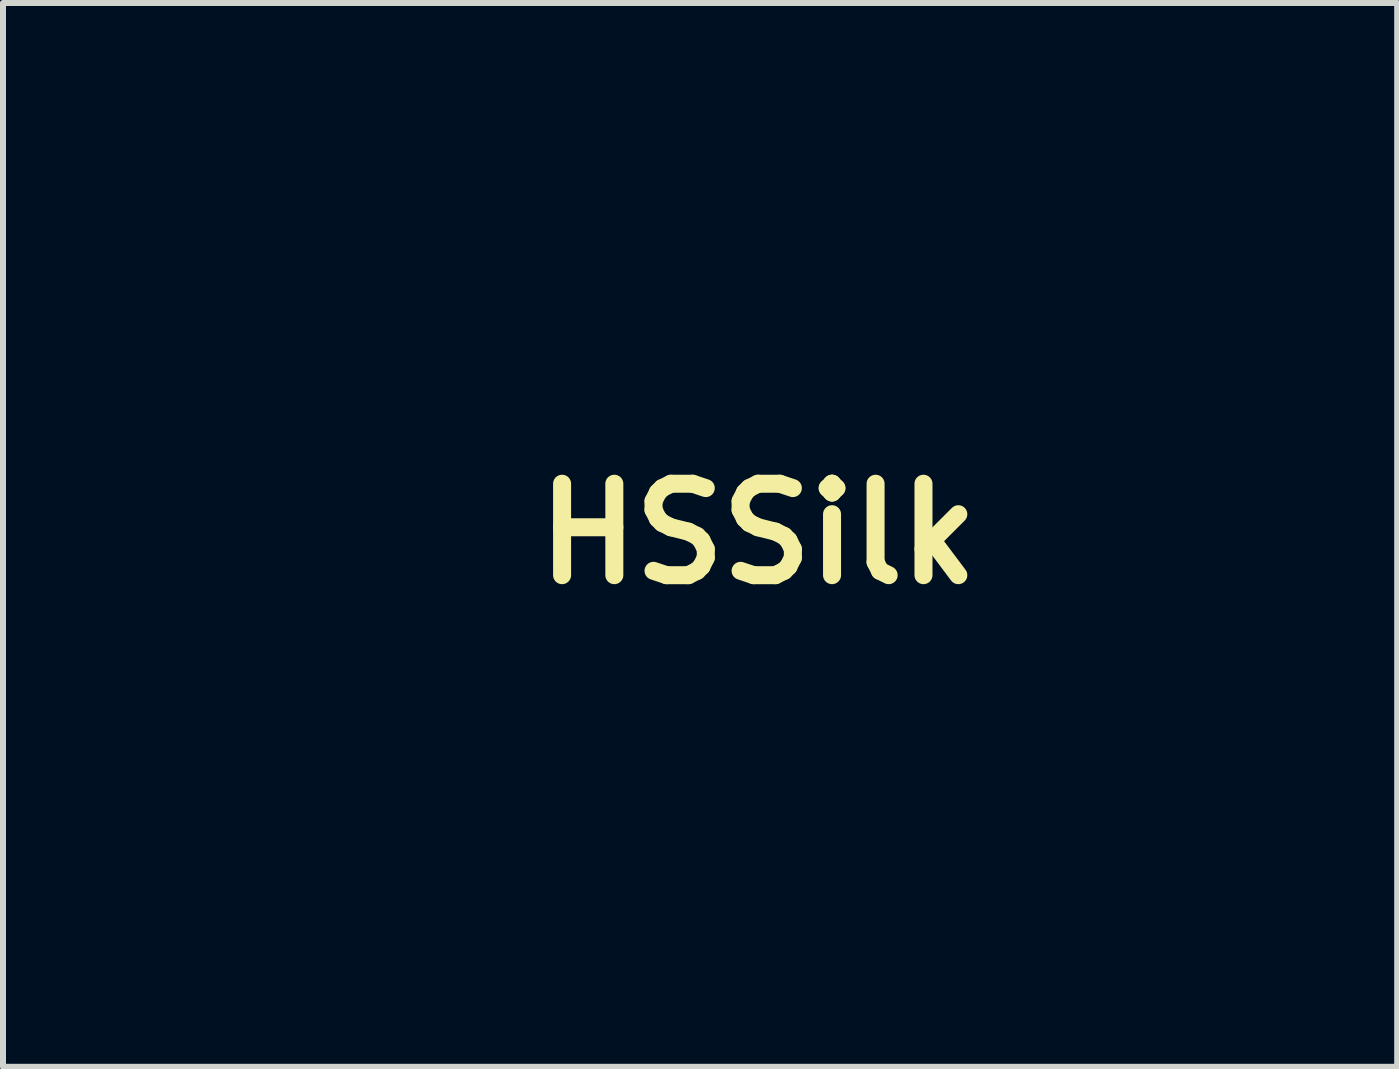
<source format=kicad_pcb>
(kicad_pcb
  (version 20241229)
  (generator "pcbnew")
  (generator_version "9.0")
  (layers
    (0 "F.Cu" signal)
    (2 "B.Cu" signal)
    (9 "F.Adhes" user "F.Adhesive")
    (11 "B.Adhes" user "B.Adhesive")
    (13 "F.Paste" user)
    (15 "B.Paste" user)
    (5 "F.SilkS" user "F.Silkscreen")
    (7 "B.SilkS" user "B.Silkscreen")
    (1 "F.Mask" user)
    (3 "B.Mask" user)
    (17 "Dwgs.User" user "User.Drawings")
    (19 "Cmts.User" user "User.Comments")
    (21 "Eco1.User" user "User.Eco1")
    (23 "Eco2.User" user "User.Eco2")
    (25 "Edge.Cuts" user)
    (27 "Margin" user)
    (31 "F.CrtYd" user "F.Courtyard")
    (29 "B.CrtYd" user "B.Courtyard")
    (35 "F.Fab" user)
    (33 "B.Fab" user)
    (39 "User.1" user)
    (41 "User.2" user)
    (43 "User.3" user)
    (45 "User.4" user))
  (footprint "HSSilk"
    (layer "F.Cu")
    (at 9.584 5.847)
    (property "Reference" "HSSilk" (at 0 0 0) (layer "F.SilkS") (effects (font (size 1.524 1.524) (thickness 0.3))))
    (attr through_hole)
    (fp_poly (pts (xy -9.289 -4.3) (xy -9.307 -4.282) (xy -9.325 -4.3) (xy -9.307 -4.318) (xy -9.289 -4.3)) (stroke (width 0.01) (type solid)) (fill yes) (layer "F.Mask"))
    (fp_poly (pts (xy -9.108 -3.792) (xy -9.126 -3.774) (xy -9.144 -3.792) (xy -9.126 -3.81) (xy -9.108 -3.792)) (stroke (width 0.01) (type solid)) (fill yes) (layer "F.Mask"))
    (fp_poly (pts (xy -8.963 -3.61) (xy -8.981 -3.592) (xy -8.999 -3.61) (xy -8.981 -3.629) (xy -8.963 -3.61)) (stroke (width 0.01) (type solid)) (fill yes) (layer "F.Mask"))
    (fp_poly (pts (xy -8.709 -3.465) (xy -8.727 -3.447) (xy -8.745 -3.465) (xy -8.727 -3.483) (xy -8.709 -3.465)) (stroke (width 0.01) (type solid)) (fill yes) (layer "F.Mask"))
    (fp_poly (pts (xy 5.769 -0.345) (xy 5.751 -0.327) (xy 5.733 -0.345) (xy 5.751 -0.363) (xy 5.769 -0.345)) (stroke (width 0.01) (type solid)) (fill yes) (layer "F.Mask"))
    (fp_poly (pts (xy 5.878 -0.236) (xy 5.86 -0.218) (xy 5.842 -0.236) (xy 5.86 -0.254) (xy 5.878 -0.236)) (stroke (width 0.01) (type solid)) (fill yes) (layer "F.Mask"))
    (fp_poly (pts (xy 5.987 0.127) (xy 5.969 0.145) (xy 5.951 0.127) (xy 5.969 0.109) (xy 5.987 0.127)) (stroke (width 0.01) (type solid)) (fill yes) (layer "F.Mask"))
    (fp_poly (pts (xy 6.023 -0.2) (xy 6.005 -0.181) (xy 5.987 -0.2) (xy 6.005 -0.218) (xy 6.023 -0.2)) (stroke (width 0.01) (type solid)) (fill yes) (layer "F.Mask"))
    (fp_poly (pts (xy 6.132 0.163) (xy 6.114 0.181) (xy 6.096 0.163) (xy 6.114 0.145) (xy 6.132 0.163)) (stroke (width 0.01) (type solid)) (fill yes) (layer "F.Mask"))
    (fp_poly (pts (xy 6.241 -0.816) (xy 6.223 -0.798) (xy 6.205 -0.816) (xy 6.223 -0.835) (xy 6.241 -0.816)) (stroke (width 0.01) (type solid)) (fill yes) (layer "F.Mask"))
    (fp_poly (pts (xy 6.277 -0.925) (xy 6.259 -0.907) (xy 6.241 -0.925) (xy 6.259 -0.943) (xy 6.277 -0.925)) (stroke (width 0.01) (type solid)) (fill yes) (layer "F.Mask"))
    (fp_poly (pts (xy 6.314 -0.417) (xy 6.296 -0.399) (xy 6.277 -0.417) (xy 6.296 -0.435) (xy 6.314 -0.417)) (stroke (width 0.01) (type solid)) (fill yes) (layer "F.Mask"))
    (fp_poly (pts (xy 6.35 0.018) (xy 6.332 0.036) (xy 6.314 0.018) (xy 6.332 0) (xy 6.35 0.018)) (stroke (width 0.01) (type solid)) (fill yes) (layer "F.Mask"))
    (fp_poly (pts (xy 6.386 -0.236) (xy 6.368 -0.218) (xy 6.35 -0.236) (xy 6.368 -0.254) (xy 6.386 -0.236)) (stroke (width 0.01) (type solid)) (fill yes) (layer "F.Mask"))
    (fp_poly (pts (xy 6.423 -0.816) (xy 6.404 -0.798) (xy 6.386 -0.816) (xy 6.404 -0.835) (xy 6.423 -0.816)) (stroke (width 0.01) (type solid)) (fill yes) (layer "F.Mask"))
    (fp_poly (pts (xy 6.459 -0.091) (xy 6.441 -0.073) (xy 6.423 -0.091) (xy 6.441 -0.109) (xy 6.459 -0.091)) (stroke (width 0.01) (type solid)) (fill yes) (layer "F.Mask"))
    (fp_poly (pts (xy 6.495 -0.454) (xy 6.477 -0.435) (xy 6.459 -0.454) (xy 6.477 -0.472) (xy 6.495 -0.454)) (stroke (width 0.01) (type solid)) (fill yes) (layer "F.Mask"))
    (fp_poly (pts (xy 6.495 -0.018) (xy 6.477 0) (xy 6.459 -0.018) (xy 6.477 -0.036) (xy 6.495 -0.018)) (stroke (width 0.01) (type solid)) (fill yes) (layer "F.Mask"))
    (fp_poly (pts (xy 6.495 0.272) (xy 6.477 0.29) (xy 6.459 0.272) (xy 6.477 0.254) (xy 6.495 0.272)) (stroke (width 0.01) (type solid)) (fill yes) (layer "F.Mask"))
    (fp_poly (pts (xy 6.531 -0.889) (xy 6.513 -0.871) (xy 6.495 -0.889) (xy 6.513 -0.907) (xy 6.531 -0.889)) (stroke (width 0.01) (type solid)) (fill yes) (layer "F.Mask"))
    (fp_poly (pts (xy 6.531 -0.236) (xy 6.513 -0.218) (xy 6.495 -0.236) (xy 6.513 -0.254) (xy 6.531 -0.236)) (stroke (width 0.01) (type solid)) (fill yes) (layer "F.Mask"))
    (fp_poly (pts (xy 6.531 0.127) (xy 6.513 0.145) (xy 6.495 0.127) (xy 6.513 0.109) (xy 6.531 0.127)) (stroke (width 0.01) (type solid)) (fill yes) (layer "F.Mask"))
    (fp_poly (pts (xy 6.568 -0.708) (xy 6.55 -0.689) (xy 6.531 -0.708) (xy 6.55 -0.726) (xy 6.568 -0.708)) (stroke (width 0.01) (type solid)) (fill yes) (layer "F.Mask"))
    (fp_poly (pts (xy 6.568 -0.526) (xy 6.55 -0.508) (xy 6.531 -0.526) (xy 6.55 -0.544) (xy 6.568 -0.526)) (stroke (width 0.01) (type solid)) (fill yes) (layer "F.Mask"))
    (fp_poly (pts (xy 6.568 0.054) (xy 6.55 0.073) (xy 6.531 0.054) (xy 6.55 0.036) (xy 6.568 0.054)) (stroke (width 0.01) (type solid)) (fill yes) (layer "F.Mask"))
    (fp_poly (pts (xy 6.64 -0.889) (xy 6.622 -0.871) (xy 6.604 -0.889) (xy 6.622 -0.907) (xy 6.64 -0.889)) (stroke (width 0.01) (type solid)) (fill yes) (layer "F.Mask"))
    (fp_poly (pts (xy 6.64 0.381) (xy 6.622 0.399) (xy 6.604 0.381) (xy 6.622 0.363) (xy 6.64 0.381)) (stroke (width 0.01) (type solid)) (fill yes) (layer "F.Mask"))
    (fp_poly (pts (xy 6.677 0.2) (xy 6.658 0.218) (xy 6.64 0.2) (xy 6.658 0.181) (xy 6.677 0.2)) (stroke (width 0.01) (type solid)) (fill yes) (layer "F.Mask"))
    (fp_poly (pts (xy 6.785 -0.562) (xy 6.767 -0.544) (xy 6.749 -0.562) (xy 6.767 -0.581) (xy 6.785 -0.562)) (stroke (width 0.01) (type solid)) (fill yes) (layer "F.Mask"))
    (fp_poly (pts (xy 6.785 0.2) (xy 6.767 0.218) (xy 6.749 0.2) (xy 6.767 0.181) (xy 6.785 0.2)) (stroke (width 0.01) (type solid)) (fill yes) (layer "F.Mask"))
    (fp_poly (pts (xy 6.858 -0.345) (xy 6.84 -0.327) (xy 6.822 -0.345) (xy 6.84 -0.363) (xy 6.858 -0.345)) (stroke (width 0.01) (type solid)) (fill yes) (layer "F.Mask"))
    (fp_poly (pts (xy 6.858 -0.236) (xy 6.84 -0.218) (xy 6.822 -0.236) (xy 6.84 -0.254) (xy 6.858 -0.236)) (stroke (width 0.01) (type solid)) (fill yes) (layer "F.Mask"))
    (fp_poly (pts (xy 6.931 -0.49) (xy 6.912 -0.472) (xy 6.894 -0.49) (xy 6.912 -0.508) (xy 6.931 -0.49)) (stroke (width 0.01) (type solid)) (fill yes) (layer "F.Mask"))
    (fp_poly (pts (xy 6.967 -0.599) (xy 6.949 -0.581) (xy 6.931 -0.599) (xy 6.949 -0.617) (xy 6.967 -0.599)) (stroke (width 0.01) (type solid)) (fill yes) (layer "F.Mask"))
    (fp_poly (pts (xy 7.039 -0.163) (xy 7.021 -0.145) (xy 7.003 -0.163) (xy 7.021 -0.181) (xy 7.039 -0.163)) (stroke (width 0.01) (type solid)) (fill yes) (layer "F.Mask"))
    (fp_poly (pts (xy 7.076 -0.091) (xy 7.058 -0.073) (xy 7.039 -0.091) (xy 7.058 -0.109) (xy 7.076 -0.091)) (stroke (width 0.01) (type solid)) (fill yes) (layer "F.Mask"))
    (fp_poly (pts (xy 7.076 0.381) (xy 7.058 0.399) (xy 7.039 0.381) (xy 7.058 0.363) (xy 7.076 0.381)) (stroke (width 0.01) (type solid)) (fill yes) (layer "F.Mask"))
    (fp_poly (pts (xy 7.112 -0.744) (xy 7.094 -0.726) (xy 7.076 -0.744) (xy 7.094 -0.762) (xy 7.112 -0.744)) (stroke (width 0.01) (type solid)) (fill yes) (layer "F.Mask"))
    (fp_poly (pts (xy 7.185 -0.236) (xy 7.166 -0.218) (xy 7.148 -0.236) (xy 7.166 -0.254) (xy 7.185 -0.236)) (stroke (width 0.01) (type solid)) (fill yes) (layer "F.Mask"))
    (fp_poly (pts (xy 7.257 -0.054) (xy 7.239 -0.036) (xy 7.221 -0.054) (xy 7.239 -0.073) (xy 7.257 -0.054)) (stroke (width 0.01) (type solid)) (fill yes) (layer "F.Mask"))
    (fp_poly (pts (xy 7.293 0.345) (xy 7.275 0.363) (xy 7.257 0.345) (xy 7.275 0.327) (xy 7.293 0.345)) (stroke (width 0.01) (type solid)) (fill yes) (layer "F.Mask"))
    (fp_poly (pts (xy 7.366 -0.127) (xy 7.348 -0.109) (xy 7.33 -0.127) (xy 7.348 -0.145) (xy 7.366 -0.127)) (stroke (width 0.01) (type solid)) (fill yes) (layer "F.Mask"))
    (fp_poly (pts (xy 7.366 0.272) (xy 7.348 0.29) (xy 7.33 0.272) (xy 7.348 0.254) (xy 7.366 0.272)) (stroke (width 0.01) (type solid)) (fill yes) (layer "F.Mask"))
    (fp_poly (pts (xy 7.402 0.127) (xy 7.384 0.145) (xy 7.366 0.127) (xy 7.384 0.109) (xy 7.402 0.127)) (stroke (width 0.01) (type solid)) (fill yes) (layer "F.Mask"))
    (fp_poly (pts (xy 7.475 -0.091) (xy 7.457 -0.073) (xy 7.439 -0.091) (xy 7.457 -0.109) (xy 7.475 -0.091)) (stroke (width 0.01) (type solid)) (fill yes) (layer "F.Mask"))
    (fp_poly (pts (xy 6.156 -2.564) (xy 6.161 -2.521) (xy 6.156 -2.516) (xy 6.135 -2.521) (xy 6.132 -2.54) (xy 6.146 -2.57) (xy 6.156 -2.564)) (stroke (width 0.01) (type solid)) (fill yes) (layer "F.Mask"))
    (fp_poly (pts (xy 6.156 -0.714) (xy 6.151 -0.692) (xy 6.132 -0.689) (xy 6.102 -0.703) (xy 6.108 -0.714) (xy 6.151 -0.718) (xy 6.156 -0.714)) (stroke (width 0.01) (type solid)) (fill yes) (layer "F.Mask"))
    (fp_poly (pts (xy 6.302 0.23) (xy 6.297 0.251) (xy 6.277 0.254) (xy 6.248 0.241) (xy 6.253 0.23) (xy 6.296 0.225) (xy 6.302 0.23)) (stroke (width 0.01) (type solid)) (fill yes) (layer "F.Mask"))
    (fp_poly (pts (xy 6.41 0.23) (xy 6.415 0.273) (xy 6.41 0.278) (xy 6.389 0.273) (xy 6.386 0.254) (xy 6.4 0.224) (xy 6.41 0.23)) (stroke (width 0.01) (type solid)) (fill yes) (layer "F.Mask"))
    (fp_poly (pts (xy 6.483 -0.169) (xy 6.478 -0.148) (xy 6.459 -0.145) (xy 6.429 -0.158) (xy 6.435 -0.169) (xy 6.478 -0.174) (xy 6.483 -0.169)) (stroke (width 0.01) (type solid)) (fill yes) (layer "F.Mask"))
    (fp_poly (pts (xy 6.592 -0.169) (xy 6.596 -0.126) (xy 6.592 -0.121) (xy 6.57 -0.126) (xy 6.568 -0.145) (xy 6.581 -0.175) (xy 6.592 -0.169)) (stroke (width 0.01) (type solid)) (fill yes) (layer "F.Mask"))
    (fp_poly (pts (xy 6.846 -0.06) (xy 6.841 -0.039) (xy 6.822 -0.036) (xy 6.792 -0.05) (xy 6.798 -0.06) (xy 6.841 -0.065) (xy 6.846 -0.06)) (stroke (width 0.01) (type solid)) (fill yes) (layer "F.Mask"))
    (fp_poly (pts (xy 7.027 -0.314) (xy 7.022 -0.293) (xy 7.003 -0.29) (xy 6.973 -0.304) (xy 6.979 -0.314) (xy 7.022 -0.319) (xy 7.027 -0.314)) (stroke (width 0.01) (type solid)) (fill yes) (layer "F.Mask"))
    (fp_poly (pts (xy 7.172 -0.46) (xy 7.167 -0.438) (xy 7.148 -0.435) (xy 7.118 -0.449) (xy 7.124 -0.46) (xy 7.167 -0.464) (xy 7.172 -0.46)) (stroke (width 0.01) (type solid)) (fill yes) (layer "F.Mask"))
    (fp_poly (pts (xy 5.764 -0.058) (xy 5.803 -0.021) (xy 5.795 -0.000353) (xy 5.79 0) (xy 5.759 -0.026) (xy 5.748 -0.042) (xy 5.744 -0.067) (xy 5.764 -0.058)) (stroke (width 0.01) (type solid)) (fill yes) (layer "F.Mask"))
    (fp_poly (pts (xy 6.24 -0.155) (xy 6.254 -0.129) (xy 6.263 -0.077) (xy 6.239 -0.087) (xy 6.222 -0.111) (xy 6.21 -0.159) (xy 6.215 -0.167) (xy 6.24 -0.155)) (stroke (width 0.01) (type solid)) (fill yes) (layer "F.Mask"))
    (fp_poly (pts (xy 6.635 0.269) (xy 6.673 0.302) (xy 6.677 0.311) (xy 6.659 0.325) (xy 6.623 0.292) (xy 6.619 0.285) (xy 6.614 0.26) (xy 6.635 0.269)) (stroke (width 0.01) (type solid)) (fill yes) (layer "F.Mask"))
    (fp_poly (pts (xy 6.941 0.534) (xy 6.949 0.544) (xy 6.961 0.577) (xy 6.927 0.565) (xy 6.894 0.544) (xy 6.866 0.515) (xy 6.883 0.509) (xy 6.941 0.534)) (stroke (width 0.01) (type solid)) (fill yes) (layer "F.Mask"))
    (fp_poly (pts (xy 7.034 -0.602) (xy 7.072 -0.568) (xy 7.076 -0.56) (xy 7.058 -0.545) (xy 7.023 -0.579) (xy 7.018 -0.586) (xy 7.014 -0.611) (xy 7.034 -0.602)) (stroke (width 0.01) (type solid)) (fill yes) (layer "F.Mask"))
    (fp_poly (pts (xy 7.143 0.232) (xy 7.182 0.269) (xy 7.174 0.29) (xy 7.169 0.29) (xy 7.138 0.265) (xy 7.127 0.248) (xy 7.122 0.224) (xy 7.143 0.232)) (stroke (width 0.01) (type solid)) (fill yes) (layer "F.Mask"))
    (fp_poly (pts (xy 7.183 0.026) (xy 7.197 0.053) (xy 7.206 0.104) (xy 7.182 0.094) (xy 7.165 0.07) (xy 7.154 0.023) (xy 7.158 0.014) (xy 7.183 0.026)) (stroke (width 0.01) (type solid)) (fill yes) (layer "F.Mask"))
    (fp_poly (pts (xy 7.205 -0.157) (xy 7.198 -0.129) (xy 7.169 -0.078) (xy 7.15 -0.086) (xy 7.148 -0.107) (xy 7.175 -0.156) (xy 7.184 -0.163) (xy 7.205 -0.157)) (stroke (width 0.01) (type solid)) (fill yes) (layer "F.Mask"))
    (fp_poly (pts (xy 7.014 0.026) (xy 7.021 0.036) (xy 7.013 0.067) (xy 6.987 0.073) (xy 6.937 0.054) (xy 6.931 0.036) (xy 6.957 0.001) (xy 6.965 0) (xy 7.014 0.026)) (stroke (width 0.01) (type solid)) (fill yes) (layer "F.Mask"))
    (fp_poly (pts (xy 7.112 0.599) (xy 7.147 0.631) (xy 7.148 0.637) (xy 7.12 0.653) (xy 7.112 0.653) (xy 7.077 0.625) (xy 7.076 0.615) (xy 7.098 0.593) (xy 7.112 0.599)) (stroke (width 0.01) (type solid)) (fill yes) (layer "F.Mask"))
    (fp_poly (pts (xy 7.219 0.498) (xy 7.221 0.508) (xy 7.208 0.543) (xy 7.205 0.544) (xy 7.174 0.519) (xy 7.166 0.508) (xy 7.169 0.475) (xy 7.182 0.472) (xy 7.219 0.498)) (stroke (width 0.01) (type solid)) (fill yes) (layer "F.Mask"))
    (fp_poly (pts (xy 7.318 -0.267) (xy 7.312 -0.254) (xy 7.277 -0.219) (xy 7.271 -0.218) (xy 7.269 -0.241) (xy 7.275 -0.254) (xy 7.309 -0.289) (xy 7.316 -0.29) (xy 7.318 -0.267)) (stroke (width 0.01) (type solid)) (fill yes) (layer "F.Mask"))
    (fp_poly (pts (xy 7.025 0.118) (xy 7.027 0.163) (xy 7.013 0.199) (xy 6.982 0.238) (xy 6.949 0.22) (xy 6.928 0.195) (xy 6.896 0.15) (xy 6.916 0.147) (xy 6.94 0.155) (xy 6.993 0.158) (xy 7.003 0.138) (xy 7.017 0.113) (xy 7.025 0.118)) (stroke (width 0.01) (type solid)) (fill yes) (layer "F.Mask"))
    (fp_poly (pts (xy 4.077 -5.842) (xy 5.218 -5.842) (xy 5.388 -5.653) (xy 5.603 -5.368) (xy 5.773 -5.041) (xy 5.9 -4.667) (xy 5.983 -4.242) (xy 6.026 -3.763) (xy 6.032 -3.483) (xy 6.013 -2.942) (xy 5.954 -2.415) (xy 5.851 -1.891) (xy 5.7 -1.359) (xy 5.5 -0.807) (xy 5.248 -0.223) (xy 5.186 -0.091) (xy 5.05 0.168) (xy 4.896 0.402) (xy 4.708 0.634) (xy 4.575 0.78) (xy 4.401 0.988) (xy 4.232 1.233) (xy 4.14 1.387) (xy 3.971 1.66) (xy 3.794 1.88) (xy 3.717 1.959) (xy 3.618 2.056) (xy 3.547 2.131) (xy 3.514 2.172) (xy 3.514 2.177) (xy 3.547 2.153) (xy 3.622 2.086) (xy 3.73 1.984) (xy 3.862 1.857) (xy 3.968 1.754) (xy 4.219 1.497) (xy 4.427 1.262) (xy 4.604 1.029) (xy 4.767 0.78) (xy 4.931 0.493) (xy 4.961 0.435) (xy 5.043 0.283) (xy 5.115 0.152) (xy 5.169 0.057) (xy 5.195 0.013) (xy 5.245 0.005) (xy 5.35 0.024) (xy 5.501 0.068) (xy 5.688 0.132) (xy 5.902 0.212) (xy 6.133 0.305) (xy 6.372 0.407) (xy 6.609 0.513) (xy 6.835 0.621) (xy 7.039 0.726) (xy 7.213 0.824) (xy 7.213 0.824) (xy 7.364 0.916) (xy 7.493 0.996) (xy 7.587 1.056) (xy 7.632 1.088) (xy 7.633 1.089) (xy 7.644 1.135) (xy 7.648 1.238) (xy 7.645 1.381) (xy 7.638 1.521) (xy 7.624 1.714) (xy 7.605 1.841) (xy 7.574 1.905) (xy 7.525 1.913) (xy 7.451 1.87) (xy 7.343 1.782) (xy 7.318 1.76) (xy 7.149 1.64) (xy 6.991 1.588) (xy 6.835 1.604) (xy 6.698 1.668) (xy 6.603 1.712) (xy 6.513 1.706) (xy 6.49 1.698) (xy 6.417 1.663) (xy 6.386 1.628) (xy 6.359 1.602) (xy 6.341 1.603) (xy 6.286 1.591) (xy 6.195 1.55) (xy 6.132 1.516) (xy 5.998 1.449) (xy 5.855 1.395) (xy 5.806 1.381) (xy 5.685 1.359) (xy 5.531 1.342) (xy 5.36 1.328) (xy 5.191 1.32) (xy 5.042 1.318) (xy 4.928 1.322) (xy 4.869 1.335) (xy 4.869 1.335) (xy 4.859 1.363) (xy 4.88 1.419) (xy 4.936 1.51) (xy 5.032 1.644) (xy 5.121 1.764) (xy 5.235 1.911) (xy 5.335 2.04) (xy 5.413 2.136) (xy 5.459 2.19) (xy 5.464 2.195) (xy 5.506 2.242) (xy 5.584 2.339) (xy 5.69 2.477) (xy 5.819 2.648) (xy 5.963 2.841) (xy 6.115 3.049) (xy 6.174 3.13) (xy 6.273 3.271) (xy 6.336 3.371) (xy 6.368 3.446) (xy 6.379 3.513) (xy 6.375 3.574) (xy 6.353 3.671) (xy 6.305 3.808) (xy 6.241 3.965) (xy 6.203 4.046) (xy 6.045 4.372) (xy 6.03 5.125) (xy 6.015 5.878) (xy 4.026 5.878) (xy 3.595 5.878) (xy 3.231 5.878) (xy 2.927 5.877) (xy 2.68 5.875) (xy 2.482 5.872) (xy 2.329 5.869) (xy 2.214 5.864) (xy 2.132 5.858) (xy 2.077 5.85) (xy 2.044 5.84) (xy 2.026 5.828) (xy 2.019 5.815) (xy 2.008 5.759) (xy 1.988 5.645) (xy 1.962 5.485) (xy 1.932 5.293) (xy 1.904 5.116) (xy 1.85 4.758) (xy 1.805 4.464) (xy 1.768 4.23) (xy 1.739 4.047) (xy 1.716 3.911) (xy 1.697 3.814) (xy 1.681 3.75) (xy 1.667 3.712) (xy 1.654 3.694) (xy 1.639 3.69) (xy 1.623 3.693) (xy 1.612 3.695) (xy 1.548 3.7) (xy 1.43 3.705) (xy 1.277 3.708) (xy 1.161 3.709) (xy 0.769 3.684) (xy 0.457 3.61) (xy 3.483 3.61) (xy 3.502 3.629) (xy 3.52 3.61) (xy 3.502 3.592) (xy 3.483 3.61) (xy 0.457 3.61) (xy 0.423 3.602) (xy 0.118 3.462) (xy -0.145 3.263) (xy -0.371 3.003) (xy -0.56 2.68) (xy -0.603 2.588) (xy -0.622 2.545) (xy 2.99 2.545) (xy 2.994 2.561) (xy 3.041 2.541) (xy 3.117 2.493) (xy 3.211 2.426) (xy 3.307 2.348) (xy 3.324 2.333) (xy 3.393 2.272) (xy 3.418 2.246) (xy 3.395 2.257) (xy 3.319 2.305) (xy 3.241 2.356) (xy 3.128 2.433) (xy 3.039 2.5) (xy 2.992 2.543) (xy 2.99 2.545) (xy -0.622 2.545) (xy -0.688 2.397) (xy -0.972 2.419) (xy -1.116 2.429) (xy -1.209 2.428) (xy -1.274 2.411) (xy -1.332 2.373) (xy -1.388 2.325) (xy -1.474 2.256) (xy -1.538 2.229) (xy -1.611 2.235) (xy -1.654 2.246) (xy -1.74 2.262) (xy -1.821 2.255) (xy -1.909 2.217) (xy -2.016 2.143) (xy -2.155 2.027) (xy -2.235 1.957) (xy -2.303 1.895) (xy -2.372 1.833) (xy -2.445 1.765) (xy -2.529 1.687) (xy -2.628 1.593) (xy -2.749 1.478) (xy -2.896 1.337) (xy -3.076 1.164) (xy -3.293 0.955) (xy -3.554 0.703) (xy -3.748 0.516) (xy -3.933 0.34) (xy -4.1 0.187) (xy -4.24 0.064) (xy -4.346 -0.023) (xy -4.412 -0.068) (xy -4.426 -0.073) (xy -4.477 -0.064) (xy -4.508 -0.035) (xy -4.517 0.022) (xy -4.503 0.113) (xy -4.464 0.244) (xy -4.399 0.421) (xy -4.306 0.653) (xy -4.192 0.925) (xy -4.037 1.273) (xy -3.857 1.651) (xy -3.663 2.036) (xy -3.466 2.408) (xy -3.277 2.744) (xy -3.189 2.89) (xy -3.106 3.03) (xy -3.026 3.172) (xy -2.973 3.271) (xy -2.926 3.356) (xy -2.848 3.486) (xy -2.748 3.649) (xy -2.634 3.829) (xy -2.562 3.94) (xy -2.45 4.114) (xy -2.349 4.27) (xy -2.268 4.396) (xy -2.213 4.481) (xy -2.195 4.509) (xy -2.164 4.559) (xy -2.1 4.657) (xy -2.013 4.793) (xy -1.909 4.953) (xy -1.851 5.043) (xy -1.702 5.274) (xy -1.588 5.451) (xy -1.506 5.583) (xy -1.451 5.678) (xy -1.417 5.743) (xy -1.402 5.786) (xy -1.4 5.815) (xy -1.404 5.83) (xy -1.418 5.839) (xy -1.456 5.847) (xy -1.522 5.854) (xy -1.621 5.86) (xy -1.757 5.865) (xy -1.935 5.869) (xy -2.159 5.872) (xy -2.433 5.875) (xy -2.763 5.877) (xy -3.153 5.878) (xy -3.607 5.878) (xy -4.029 5.878) (xy -4.528 5.878) (xy -4.958 5.878) (xy -5.326 5.877) (xy -5.637 5.876) (xy -5.894 5.874) (xy -6.104 5.872) (xy -6.271 5.869) (xy -6.4 5.864) (xy -6.496 5.859) (xy -6.564 5.852) (xy -6.609 5.844) (xy -6.636 5.835) (xy -6.65 5.824) (xy -6.655 5.815) (xy -6.67 5.749) (xy -6.69 5.635) (xy -6.713 5.496) (xy -6.715 5.479) (xy -6.756 5.248) (xy -6.81 5.005) (xy -6.873 4.763) (xy -6.942 4.531) (xy -7.014 4.322) (xy -7.083 4.146) (xy -7.148 4.015) (xy -7.204 3.938) (xy -7.226 3.924) (xy -7.255 3.925) (xy -7.248 3.938) (xy -7.245 3.986) (xy -7.262 4.016) (xy -7.276 4.036) (xy -7.286 4.067) (xy -7.293 4.117) (xy -7.297 4.192) (xy -7.297 4.301) (xy -7.295 4.453) (xy -7.289 4.654) (xy -7.281 4.914) (xy -7.272 5.18) (xy -7.248 5.878) (xy -7.797 5.878) (xy -8.007 5.878) (xy -8.155 5.876) (xy -8.253 5.871) (xy -8.31 5.86) (xy -8.338 5.844) (xy -8.348 5.819) (xy -8.35 5.797) (xy -8.357 5.706) (xy -8.366 5.59) (xy -8.368 5.57) (xy -8.384 5.392) (xy -8.398 5.223) (xy -8.409 5.056) (xy -8.418 4.883) (xy -8.425 4.696) (xy -8.43 4.49) (xy -8.433 4.254) (xy -8.435 3.984) (xy -8.434 3.67) (xy -8.433 3.305) (xy -8.43 2.882) (xy -8.426 2.432) (xy -8.422 2.076) (xy -8.417 1.784) (xy -8.41 1.55) (xy -8.402 1.365) (xy -8.391 1.224) (xy -8.377 1.117) (xy -8.362 1.044) (xy -8.326 0.939) (xy -8.265 0.786) (xy -8.184 0.602) (xy -8.091 0.404) (xy -8.04 0.299) (xy -7.878 -0.027) (xy -7.748 -0.297) (xy -7.647 -0.519) (xy -7.572 -0.698) (xy -7.52 -0.844) (xy -7.487 -0.963) (xy -7.471 -1.063) (xy -7.469 -1.12) (xy -7.477 -1.226) (xy -7.499 -1.303) (xy -7.508 -1.318) (xy -7.564 -1.339) (xy -7.667 -1.351) (xy -7.749 -1.353) (xy -7.873 -1.355) (xy -7.953 -1.374) (xy -8.019 -1.421) (xy -8.053 -1.454) (xy -8.119 -1.542) (xy -8.156 -1.648) (xy -8.173 -1.769) (xy -8.19 -1.888) (xy -8.222 -2.001) (xy -8.277 -2.127) (xy -8.361 -2.285) (xy -8.419 -2.383) (xy -8.486 -2.553) (xy -8.525 -2.782) (xy -8.535 -2.975) (xy -8.543 -3.089) (xy -8.559 -3.177) (xy -8.567 -3.197) (xy -8.571 -3.271) (xy -8.553 -3.299) (xy -8.534 -3.342) (xy -8.57 -3.392) (xy -8.595 -3.413) (xy -8.648 -3.462) (xy -8.645 -3.481) (xy -8.616 -3.483) (xy -8.568 -3.491) (xy -8.584 -3.507) (xy -8.654 -3.525) (xy -8.725 -3.559) (xy -8.808 -3.627) (xy -8.823 -3.642) (xy -8.903 -3.709) (xy -8.961 -3.72) (xy -8.965 -3.718) (xy -8.993 -3.71) (xy -8.982 -3.735) (xy -8.987 -3.789) (xy -9.034 -3.835) (xy -9.087 -3.895) (xy -9.092 -3.943) (xy -9.09 -3.978) (xy -9.104 -3.976) (xy -9.132 -3.996) (xy -9.173 -4.067) (xy -9.206 -4.144) (xy -9.253 -4.251) (xy -9.297 -4.325) (xy -9.319 -4.346) (xy -9.369 -4.331) (xy -9.442 -4.277) (xy -9.47 -4.251) (xy -9.579 -4.142) (xy -9.579 -5.842) (xy -8.459 -5.842) (xy -8.138 -5.842) (xy -7.881 -5.84) (xy -7.683 -5.837) (xy -7.534 -5.832) (xy -7.429 -5.825) (xy -7.358 -5.816) (xy -7.316 -5.803) (xy -7.294 -5.788) (xy -7.293 -5.788) (xy -7.233 -5.741) (xy -7.183 -5.738) (xy -7.165 -5.779) (xy -7.169 -5.797) (xy -7.169 -5.817) (xy -7.144 -5.778) (xy -7.144 -5.778) (xy -7.079 -5.708) (xy -6.99 -5.668) (xy -6.909 -5.671) (xy -6.899 -5.676) (xy -6.851 -5.674) (xy -6.842 -5.663) (xy -6.791 -5.634) (xy -6.758 -5.629) (xy -6.606 -5.602) (xy -6.448 -5.53) (xy -6.304 -5.425) (xy -6.195 -5.304) (xy -6.145 -5.198) (xy -6.116 -5.134) (xy -6.09 -5.116) (xy -6.071 -5.094) (xy -6.076 -5.083) (xy -6.074 -5.036) (xy -6.065 -5.029) (xy -6.046 -4.985) (xy -6.026 -4.889) (xy -6.009 -4.761) (xy -6.007 -4.746) (xy -5.971 -4.535) (xy -5.912 -4.341) (xy -5.89 -4.29) (xy -5.833 -4.157) (xy -5.8 -4.037) (xy -5.793 -3.92) (xy -5.815 -3.79) (xy -5.867 -3.636) (xy -5.951 -3.445) (xy -6.069 -3.207) (xy -6.346 -2.659) (xy -6.256 -2.618) (xy -6.186 -2.595) (xy -6.152 -2.617) (xy -6.145 -2.633) (xy -6.101 -2.681) (xy -6.014 -2.738) (xy -5.964 -2.764) (xy -5.872 -2.815) (xy -5.815 -2.86) (xy -5.806 -2.877) (xy -5.792 -2.899) (xy -5.785 -2.895) (xy -5.748 -2.902) (xy -5.687 -2.949) (xy -5.684 -2.952) (xy -5.503 -3.113) (xy -5.325 -3.252) (xy -5.159 -3.362) (xy -5.019 -3.434) (xy -4.915 -3.461) (xy -4.912 -3.461) (xy -4.818 -3.45) (xy -4.727 -3.408) (xy -4.631 -3.329) (xy -4.518 -3.205) (xy -4.381 -3.026) (xy -4.371 -3.012) (xy -4.256 -2.86) (xy -4.11 -2.675) (xy -3.951 -2.479) (xy -3.796 -2.292) (xy -3.769 -2.26) (xy -3.62 -2.081) (xy -3.465 -1.893) (xy -3.321 -1.716) (xy -3.205 -1.569) (xy -3.184 -1.542) (xy -3 -1.302) (xy -2.85 -1.108) (xy -2.725 -0.947) (xy -2.615 -0.809) (xy -2.511 -0.68) (xy -2.402 -0.55) (xy -2.281 -0.405) (xy -2.276 -0.399) (xy -2.05 -0.134) (xy -1.862 0.086) (xy -1.702 0.269) (xy -1.561 0.426) (xy -1.431 0.566) (xy -1.305 0.698) (xy -1.068 0.943) (xy -0.86 0.943) (xy -0.746 0.947) (xy -0.663 0.966) (xy -0.595 1.012) (xy -0.527 1.097) (xy -0.444 1.231) (xy -0.423 1.267) (xy -0.358 1.368) (xy -0.303 1.436) (xy -0.272 1.456) (xy -0.254 1.448) (xy -0.246 1.428) (xy -0.247 1.38) (xy -0.258 1.293) (xy -0.278 1.169) (xy 0.487 1.169) (xy 0.501 1.203) (xy 0.52 1.225) (xy 0.564 1.26) (xy 0.603 1.254) (xy 0.661 1.2) (xy 0.676 1.184) (xy 0.771 1.082) (xy 0.975 1.281) (xy 1.134 1.424) (xy 1.277 1.524) (xy 1.433 1.596) (xy 1.605 1.649) (xy 1.758 1.686) (xy 1.884 1.699) (xy 2.012 1.69) (xy 2.174 1.658) (xy 2.207 1.65) (xy 2.494 1.56) (xy 2.775 1.425) (xy 3.058 1.238) (xy 3.352 0.995) (xy 3.585 0.771) (xy 3.908 0.417) (xy 4.187 0.045) (xy 4.438 -0.366) (xy 4.552 -0.581) (xy 4.827 -1.197) (xy 5.03 -1.821) (xy 5.162 -2.452) (xy 5.221 -3.088) (xy 5.225 -3.278) (xy 5.227 -3.412) (xy 5.238 -3.489) (xy 5.261 -3.529) (xy 5.299 -3.546) (xy 5.375 -3.598) (xy 5.436 -3.691) (xy 5.464 -3.796) (xy 5.459 -3.853) (xy 5.442 -3.89) (xy 5.409 -3.911) (xy 5.345 -3.916) (xy 5.233 -3.91) (xy 5.158 -3.903) (xy 4.979 -3.879) (xy 4.858 -3.841) (xy 4.784 -3.781) (xy 4.741 -3.693) (xy 4.737 -3.677) (xy 4.739 -3.574) (xy 4.793 -3.504) (xy 4.867 -3.483) (xy 4.897 -3.477) (xy 4.917 -3.451) (xy 4.929 -3.391) (xy 4.934 -3.285) (xy 4.935 -3.12) (xy 4.935 -3.111) (xy 4.901 -2.55) (xy 4.802 -1.98) (xy 4.643 -1.416) (xy 4.428 -0.872) (xy 4.16 -0.362) (xy 4.045 -0.179) (xy 3.909 0.006) (xy 3.737 0.212) (xy 3.542 0.423) (xy 3.339 0.625) (xy 3.145 0.802) (xy 2.973 0.939) (xy 2.938 0.963) (xy 2.731 1.094) (xy 2.559 1.184) (xy 2.401 1.241) (xy 2.239 1.272) (xy 2.05 1.283) (xy 2.014 1.283) (xy 1.847 1.282) (xy 1.727 1.272) (xy 1.631 1.248) (xy 1.534 1.206) (xy 1.498 1.187) (xy 1.259 1.037) (xy 1.071 0.865) (xy 0.979 0.743) (xy 0.932 0.655) (xy 0.923 0.579) (xy 0.946 0.478) (xy 0.948 0.472) (xy 0.972 0.367) (xy 0.966 0.305) (xy 0.949 0.281) (xy 0.899 0.255) (xy 0.846 0.28) (xy 0.787 0.359) (xy 0.717 0.499) (xy 0.633 0.703) (xy 0.619 0.739) (xy 0.553 0.916) (xy 0.51 1.038) (xy 0.489 1.119) (xy 0.487 1.169) (xy -0.278 1.169) (xy -0.281 1.152) (xy -0.292 1.089) (xy -0.333 0.716) (xy -0.343 0.297) (xy -0.324 -0.15) (xy -0.276 -0.607) (xy -0.203 -1.055) (xy -0.104 -1.475) (xy -0.04 -1.687) (xy 0.039 -1.925) (xy 0.118 -2.156) (xy 0.192 -2.367) (xy 0.258 -2.55) (xy 0.311 -2.692) (xy 0.332 -2.743) (xy 1.315 -2.743) (xy 1.32 -2.561) (xy 1.353 -2.297) (xy 1.409 -2.045) (xy 1.483 -1.815) (xy 1.57 -1.616) (xy 1.666 -1.458) (xy 1.766 -1.352) (xy 1.867 -1.307) (xy 1.883 -1.306) (xy 1.951 -1.334) (xy 2.022 -1.402) (xy 2.028 -1.41) (xy 2.107 -1.573) (xy 2.154 -1.784) (xy 2.17 -2.025) (xy 2.157 -2.283) (xy 2.118 -2.54) (xy 2.054 -2.783) (xy 1.968 -2.994) (xy 1.861 -3.159) (xy 1.792 -3.226) (xy 1.669 -3.292) (xy 1.557 -3.291) (xy 1.462 -3.23) (xy 1.387 -3.114) (xy 1.337 -2.95) (xy 1.315 -2.743) (xy 0.332 -2.743) (xy 0.349 -2.784) (xy 0.363 -2.812) (xy 0.391 -2.857) (xy 0.445 -2.951) (xy 0.518 -3.082) (xy 0.599 -3.229) (xy 0.781 -3.547) (xy 0.979 -3.867) (xy 1.155 -4.132) (xy 2.766 -4.132) (xy 2.775 -4.022) (xy 2.821 -3.752) (xy 2.89 -3.5) (xy 2.975 -3.274) (xy 3.073 -3.086) (xy 3.178 -2.942) (xy 3.287 -2.855) (xy 3.377 -2.83) (xy 3.444 -2.857) (xy 3.514 -2.921) (xy 3.514 -2.921) (xy 3.595 -3.075) (xy 3.643 -3.279) (xy 3.661 -3.517) (xy 3.648 -3.775) (xy 3.607 -4.039) (xy 3.537 -4.293) (xy 3.441 -4.522) (xy 3.388 -4.616) (xy 3.278 -4.75) (xy 3.167 -4.817) (xy 3.058 -4.823) (xy 2.959 -4.774) (xy 2.874 -4.674) (xy 2.81 -4.53) (xy 2.772 -4.348) (xy 2.766 -4.132) (xy 1.155 -4.132) (xy 1.18 -4.169) (xy 1.372 -4.434) (xy 1.455 -4.539) (xy 1.611 -4.72) (xy 1.8 -4.921) (xy 2.005 -5.126) (xy 2.209 -5.319) (xy 2.394 -5.482) (xy 2.486 -5.556) (xy 2.586 -5.633) (xy 2.669 -5.694) (xy 2.747 -5.743) (xy 2.826 -5.779) (xy 2.917 -5.805) (xy 3.029 -5.823) (xy 3.172 -5.834) (xy 3.353 -5.84) (xy 3.583 -5.842) (xy 3.871 -5.842) (xy 4.077 -5.842)) (stroke (width 0.01) (type solid)) (fill yes) (layer "F.Mask")))
  (gr_rect
    (start -3 -3)
    (end 20.237 14.73)
    (stroke (width 0.1) (type default))
    (fill no)
    (layer "Edge.Cuts")))
</source>
